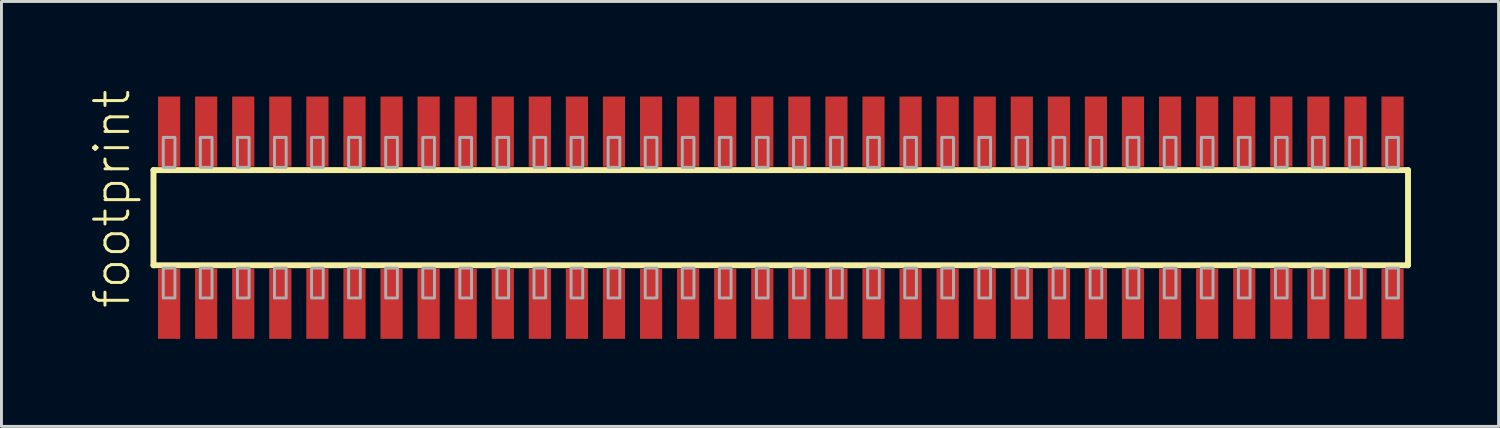
<source format=kicad_pcb>
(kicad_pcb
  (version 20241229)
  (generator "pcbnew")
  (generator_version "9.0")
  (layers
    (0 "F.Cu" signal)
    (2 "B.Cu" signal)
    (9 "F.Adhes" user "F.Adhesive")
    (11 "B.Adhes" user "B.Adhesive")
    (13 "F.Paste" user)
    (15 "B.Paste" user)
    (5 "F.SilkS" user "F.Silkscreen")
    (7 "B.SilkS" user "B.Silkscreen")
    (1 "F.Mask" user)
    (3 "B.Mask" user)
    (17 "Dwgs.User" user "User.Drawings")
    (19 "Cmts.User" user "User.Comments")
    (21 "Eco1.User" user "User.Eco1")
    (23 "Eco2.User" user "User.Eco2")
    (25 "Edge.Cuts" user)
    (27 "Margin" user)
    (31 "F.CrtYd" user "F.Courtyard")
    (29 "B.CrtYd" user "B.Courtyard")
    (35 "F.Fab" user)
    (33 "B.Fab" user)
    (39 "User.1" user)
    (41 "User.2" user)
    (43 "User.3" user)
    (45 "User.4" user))
  (footprint "footprint"
    (layer "F.Cu")
    (at 23.698 4.407)
    (property "Reference" "footprint" (at -22.225 3.175 90) (layer "F.SilkS") (effects (font (size 1.168 1.168) (thickness 0.102)) (justify left bottom)))
    (fp_line (start -21.49 -1.63) (end 21.485 -1.63) (stroke (width 0.203) (type solid)) (layer "F.SilkS"))
    (fp_line (start -21.49 1.63) (end -21.49 -1.63) (stroke (width 0.203) (type solid)) (layer "F.SilkS"))
    (fp_line (start 21.485 -1.63) (end 21.485 1.63) (stroke (width 0.203) (type solid)) (layer "F.SilkS"))
    (fp_line (start 21.485 1.63) (end -21.49 1.63) (stroke (width 0.203) (type solid)) (layer "F.SilkS"))
    (fp_poly (pts (xy -21.155 -1.725) (xy -20.755 -1.725) (xy -20.755 -2.75) (xy -21.155 -2.75)) (stroke (width 0.1) (type solid)) (fill no) (layer "F.Fab"))
    (fp_poly (pts (xy -20.755 1.725) (xy -21.155 1.725) (xy -21.155 2.75) (xy -20.755 2.75)) (stroke (width 0.1) (type solid)) (fill no) (layer "F.Fab"))
    (fp_poly (pts (xy -19.885 -1.725) (xy -19.485 -1.725) (xy -19.485 -2.75) (xy -19.885 -2.75)) (stroke (width 0.1) (type solid)) (fill no) (layer "F.Fab"))
    (fp_poly (pts (xy -19.485 1.725) (xy -19.885 1.725) (xy -19.885 2.75) (xy -19.485 2.75)) (stroke (width 0.1) (type solid)) (fill no) (layer "F.Fab"))
    (fp_poly (pts (xy -18.615 -1.725) (xy -18.215 -1.725) (xy -18.215 -2.75) (xy -18.615 -2.75)) (stroke (width 0.1) (type solid)) (fill no) (layer "F.Fab"))
    (fp_poly (pts (xy -18.215 1.725) (xy -18.615 1.725) (xy -18.615 2.75) (xy -18.215 2.75)) (stroke (width 0.1) (type solid)) (fill no) (layer "F.Fab"))
    (fp_poly (pts (xy -17.345 -1.725) (xy -16.945 -1.725) (xy -16.945 -2.75) (xy -17.345 -2.75)) (stroke (width 0.1) (type solid)) (fill no) (layer "F.Fab"))
    (fp_poly (pts (xy -16.945 1.725) (xy -17.345 1.725) (xy -17.345 2.75) (xy -16.945 2.75)) (stroke (width 0.1) (type solid)) (fill no) (layer "F.Fab"))
    (fp_poly (pts (xy -16.075 -1.725) (xy -15.675 -1.725) (xy -15.675 -2.75) (xy -16.075 -2.75)) (stroke (width 0.1) (type solid)) (fill no) (layer "F.Fab"))
    (fp_poly (pts (xy -15.675 1.725) (xy -16.075 1.725) (xy -16.075 2.75) (xy -15.675 2.75)) (stroke (width 0.1) (type solid)) (fill no) (layer "F.Fab"))
    (fp_poly (pts (xy -14.805 -1.725) (xy -14.405 -1.725) (xy -14.405 -2.75) (xy -14.805 -2.75)) (stroke (width 0.1) (type solid)) (fill no) (layer "F.Fab"))
    (fp_poly (pts (xy -14.405 1.725) (xy -14.805 1.725) (xy -14.805 2.75) (xy -14.405 2.75)) (stroke (width 0.1) (type solid)) (fill no) (layer "F.Fab"))
    (fp_poly (pts (xy -13.535 -1.725) (xy -13.135 -1.725) (xy -13.135 -2.75) (xy -13.535 -2.75)) (stroke (width 0.1) (type solid)) (fill no) (layer "F.Fab"))
    (fp_poly (pts (xy -13.135 1.725) (xy -13.535 1.725) (xy -13.535 2.75) (xy -13.135 2.75)) (stroke (width 0.1) (type solid)) (fill no) (layer "F.Fab"))
    (fp_poly (pts (xy -12.265 -1.725) (xy -11.865 -1.725) (xy -11.865 -2.75) (xy -12.265 -2.75)) (stroke (width 0.1) (type solid)) (fill no) (layer "F.Fab"))
    (fp_poly (pts (xy -11.865 1.725) (xy -12.265 1.725) (xy -12.265 2.75) (xy -11.865 2.75)) (stroke (width 0.1) (type solid)) (fill no) (layer "F.Fab"))
    (fp_poly (pts (xy -10.995 -1.725) (xy -10.595 -1.725) (xy -10.595 -2.75) (xy -10.995 -2.75)) (stroke (width 0.1) (type solid)) (fill no) (layer "F.Fab"))
    (fp_poly (pts (xy -10.595 1.725) (xy -10.995 1.725) (xy -10.995 2.75) (xy -10.595 2.75)) (stroke (width 0.1) (type solid)) (fill no) (layer "F.Fab"))
    (fp_poly (pts (xy -9.725 -1.725) (xy -9.325 -1.725) (xy -9.325 -2.75) (xy -9.725 -2.75)) (stroke (width 0.1) (type solid)) (fill no) (layer "F.Fab"))
    (fp_poly (pts (xy -9.325 1.725) (xy -9.725 1.725) (xy -9.725 2.75) (xy -9.325 2.75)) (stroke (width 0.1) (type solid)) (fill no) (layer "F.Fab"))
    (fp_poly (pts (xy -8.455 -1.725) (xy -8.055 -1.725) (xy -8.055 -2.75) (xy -8.455 -2.75)) (stroke (width 0.1) (type solid)) (fill no) (layer "F.Fab"))
    (fp_poly (pts (xy -8.055 1.725) (xy -8.455 1.725) (xy -8.455 2.75) (xy -8.055 2.75)) (stroke (width 0.1) (type solid)) (fill no) (layer "F.Fab"))
    (fp_poly (pts (xy -7.185 -1.725) (xy -6.785 -1.725) (xy -6.785 -2.75) (xy -7.185 -2.75)) (stroke (width 0.1) (type solid)) (fill no) (layer "F.Fab"))
    (fp_poly (pts (xy -6.785 1.725) (xy -7.185 1.725) (xy -7.185 2.75) (xy -6.785 2.75)) (stroke (width 0.1) (type solid)) (fill no) (layer "F.Fab"))
    (fp_poly (pts (xy -5.915 -1.725) (xy -5.515 -1.725) (xy -5.515 -2.75) (xy -5.915 -2.75)) (stroke (width 0.1) (type solid)) (fill no) (layer "F.Fab"))
    (fp_poly (pts (xy -5.515 1.725) (xy -5.915 1.725) (xy -5.915 2.75) (xy -5.515 2.75)) (stroke (width 0.1) (type solid)) (fill no) (layer "F.Fab"))
    (fp_poly (pts (xy -4.645 -1.725) (xy -4.245 -1.725) (xy -4.245 -2.75) (xy -4.645 -2.75)) (stroke (width 0.1) (type solid)) (fill no) (layer "F.Fab"))
    (fp_poly (pts (xy -4.245 1.725) (xy -4.645 1.725) (xy -4.645 2.75) (xy -4.245 2.75)) (stroke (width 0.1) (type solid)) (fill no) (layer "F.Fab"))
    (fp_poly (pts (xy -3.375 -1.725) (xy -2.975 -1.725) (xy -2.975 -2.75) (xy -3.375 -2.75)) (stroke (width 0.1) (type solid)) (fill no) (layer "F.Fab"))
    (fp_poly (pts (xy -2.975 1.725) (xy -3.375 1.725) (xy -3.375 2.75) (xy -2.975 2.75)) (stroke (width 0.1) (type solid)) (fill no) (layer "F.Fab"))
    (fp_poly (pts (xy -2.105 -1.725) (xy -1.705 -1.725) (xy -1.705 -2.75) (xy -2.105 -2.75)) (stroke (width 0.1) (type solid)) (fill no) (layer "F.Fab"))
    (fp_poly (pts (xy -1.705 1.725) (xy -2.105 1.725) (xy -2.105 2.75) (xy -1.705 2.75)) (stroke (width 0.1) (type solid)) (fill no) (layer "F.Fab"))
    (fp_poly (pts (xy -0.835 -1.725) (xy -0.435 -1.725) (xy -0.435 -2.75) (xy -0.835 -2.75)) (stroke (width 0.1) (type solid)) (fill no) (layer "F.Fab"))
    (fp_poly (pts (xy -0.435 1.725) (xy -0.835 1.725) (xy -0.835 2.75) (xy -0.435 2.75)) (stroke (width 0.1) (type solid)) (fill no) (layer "F.Fab"))
    (fp_poly (pts (xy 0.435 -1.725) (xy 0.835 -1.725) (xy 0.835 -2.75) (xy 0.435 -2.75)) (stroke (width 0.1) (type solid)) (fill no) (layer "F.Fab"))
    (fp_poly (pts (xy 0.835 1.725) (xy 0.435 1.725) (xy 0.435 2.75) (xy 0.835 2.75)) (stroke (width 0.1) (type solid)) (fill no) (layer "F.Fab"))
    (fp_poly (pts (xy 1.705 -1.725) (xy 2.105 -1.725) (xy 2.105 -2.75) (xy 1.705 -2.75)) (stroke (width 0.1) (type solid)) (fill no) (layer "F.Fab"))
    (fp_poly (pts (xy 2.105 1.725) (xy 1.705 1.725) (xy 1.705 2.75) (xy 2.105 2.75)) (stroke (width 0.1) (type solid)) (fill no) (layer "F.Fab"))
    (fp_poly (pts (xy 2.975 -1.725) (xy 3.375 -1.725) (xy 3.375 -2.75) (xy 2.975 -2.75)) (stroke (width 0.1) (type solid)) (fill no) (layer "F.Fab"))
    (fp_poly (pts (xy 3.375 1.725) (xy 2.975 1.725) (xy 2.975 2.75) (xy 3.375 2.75)) (stroke (width 0.1) (type solid)) (fill no) (layer "F.Fab"))
    (fp_poly (pts (xy 4.245 -1.725) (xy 4.645 -1.725) (xy 4.645 -2.75) (xy 4.245 -2.75)) (stroke (width 0.1) (type solid)) (fill no) (layer "F.Fab"))
    (fp_poly (pts (xy 4.645 1.725) (xy 4.245 1.725) (xy 4.245 2.75) (xy 4.645 2.75)) (stroke (width 0.1) (type solid)) (fill no) (layer "F.Fab"))
    (fp_poly (pts (xy 5.515 -1.725) (xy 5.915 -1.725) (xy 5.915 -2.75) (xy 5.515 -2.75)) (stroke (width 0.1) (type solid)) (fill no) (layer "F.Fab"))
    (fp_poly (pts (xy 5.915 1.725) (xy 5.515 1.725) (xy 5.515 2.75) (xy 5.915 2.75)) (stroke (width 0.1) (type solid)) (fill no) (layer "F.Fab"))
    (fp_poly (pts (xy 6.785 -1.725) (xy 7.185 -1.725) (xy 7.185 -2.75) (xy 6.785 -2.75)) (stroke (width 0.1) (type solid)) (fill no) (layer "F.Fab"))
    (fp_poly (pts (xy 7.185 1.725) (xy 6.785 1.725) (xy 6.785 2.75) (xy 7.185 2.75)) (stroke (width 0.1) (type solid)) (fill no) (layer "F.Fab"))
    (fp_poly (pts (xy 8.055 -1.725) (xy 8.455 -1.725) (xy 8.455 -2.75) (xy 8.055 -2.75)) (stroke (width 0.1) (type solid)) (fill no) (layer "F.Fab"))
    (fp_poly (pts (xy 8.455 1.725) (xy 8.055 1.725) (xy 8.055 2.75) (xy 8.455 2.75)) (stroke (width 0.1) (type solid)) (fill no) (layer "F.Fab"))
    (fp_poly (pts (xy 9.325 -1.725) (xy 9.725 -1.725) (xy 9.725 -2.75) (xy 9.325 -2.75)) (stroke (width 0.1) (type solid)) (fill no) (layer "F.Fab"))
    (fp_poly (pts (xy 9.725 1.725) (xy 9.325 1.725) (xy 9.325 2.75) (xy 9.725 2.75)) (stroke (width 0.1) (type solid)) (fill no) (layer "F.Fab"))
    (fp_poly (pts (xy 10.595 -1.725) (xy 10.995 -1.725) (xy 10.995 -2.75) (xy 10.595 -2.75)) (stroke (width 0.1) (type solid)) (fill no) (layer "F.Fab"))
    (fp_poly (pts (xy 10.995 1.725) (xy 10.595 1.725) (xy 10.595 2.75) (xy 10.995 2.75)) (stroke (width 0.1) (type solid)) (fill no) (layer "F.Fab"))
    (fp_poly (pts (xy 11.865 -1.725) (xy 12.265 -1.725) (xy 12.265 -2.75) (xy 11.865 -2.75)) (stroke (width 0.1) (type solid)) (fill no) (layer "F.Fab"))
    (fp_poly (pts (xy 12.265 1.725) (xy 11.865 1.725) (xy 11.865 2.75) (xy 12.265 2.75)) (stroke (width 0.1) (type solid)) (fill no) (layer "F.Fab"))
    (fp_poly (pts (xy 13.135 -1.725) (xy 13.535 -1.725) (xy 13.535 -2.75) (xy 13.135 -2.75)) (stroke (width 0.1) (type solid)) (fill no) (layer "F.Fab"))
    (fp_poly (pts (xy 13.535 1.725) (xy 13.135 1.725) (xy 13.135 2.75) (xy 13.535 2.75)) (stroke (width 0.1) (type solid)) (fill no) (layer "F.Fab"))
    (fp_poly (pts (xy 14.405 -1.725) (xy 14.805 -1.725) (xy 14.805 -2.75) (xy 14.405 -2.75)) (stroke (width 0.1) (type solid)) (fill no) (layer "F.Fab"))
    (fp_poly (pts (xy 14.805 1.725) (xy 14.405 1.725) (xy 14.405 2.75) (xy 14.805 2.75)) (stroke (width 0.1) (type solid)) (fill no) (layer "F.Fab"))
    (fp_poly (pts (xy 15.675 -1.725) (xy 16.075 -1.725) (xy 16.075 -2.75) (xy 15.675 -2.75)) (stroke (width 0.1) (type solid)) (fill no) (layer "F.Fab"))
    (fp_poly (pts (xy 16.075 1.725) (xy 15.675 1.725) (xy 15.675 2.75) (xy 16.075 2.75)) (stroke (width 0.1) (type solid)) (fill no) (layer "F.Fab"))
    (fp_poly (pts (xy 16.945 -1.725) (xy 17.345 -1.725) (xy 17.345 -2.75) (xy 16.945 -2.75)) (stroke (width 0.1) (type solid)) (fill no) (layer "F.Fab"))
    (fp_poly (pts (xy 17.345 1.725) (xy 16.945 1.725) (xy 16.945 2.75) (xy 17.345 2.75)) (stroke (width 0.1) (type solid)) (fill no) (layer "F.Fab"))
    (fp_poly (pts (xy 18.215 -1.725) (xy 18.615 -1.725) (xy 18.615 -2.75) (xy 18.215 -2.75)) (stroke (width 0.1) (type solid)) (fill no) (layer "F.Fab"))
    (fp_poly (pts (xy 18.615 1.725) (xy 18.215 1.725) (xy 18.215 2.75) (xy 18.615 2.75)) (stroke (width 0.1) (type solid)) (fill no) (layer "F.Fab"))
    (fp_poly (pts (xy 19.485 -1.725) (xy 19.885 -1.725) (xy 19.885 -2.75) (xy 19.485 -2.75)) (stroke (width 0.1) (type solid)) (fill no) (layer "F.Fab"))
    (fp_poly (pts (xy 19.885 1.725) (xy 19.485 1.725) (xy 19.485 2.75) (xy 19.885 2.75)) (stroke (width 0.1) (type solid)) (fill no) (layer "F.Fab"))
    (fp_poly (pts (xy 20.755 -1.725) (xy 21.155 -1.725) (xy 21.155 -2.75) (xy 20.755 -2.75)) (stroke (width 0.1) (type solid)) (fill no) (layer "F.Fab"))
    (fp_poly (pts (xy 21.155 1.725) (xy 20.755 1.725) (xy 20.755 2.75) (xy 21.155 2.75)) (stroke (width 0.1) (type solid)) (fill no) (layer "F.Fab"))
    (pad "1" smd rect (at -20.955 2.95) (size 0.76 2.4) (layers "F.Cu" "F.Mask" "F.Paste"))
    (pad "2" smd rect (at -20.955 -2.95) (size 0.76 2.4) (layers "F.Cu" "F.Mask" "F.Paste"))
    (pad "3" smd rect (at -19.685 2.95) (size 0.76 2.4) (layers "F.Cu" "F.Mask" "F.Paste"))
    (pad "4" smd rect (at -19.685 -2.95) (size 0.76 2.4) (layers "F.Cu" "F.Mask" "F.Paste"))
    (pad "5" smd rect (at -18.415 2.95) (size 0.76 2.4) (layers "F.Cu" "F.Mask" "F.Paste"))
    (pad "6" smd rect (at -18.415 -2.95) (size 0.76 2.4) (layers "F.Cu" "F.Mask" "F.Paste"))
    (pad "7" smd rect (at -17.145 2.95) (size 0.76 2.4) (layers "F.Cu" "F.Mask" "F.Paste"))
    (pad "8" smd rect (at -17.145 -2.95) (size 0.76 2.4) (layers "F.Cu" "F.Mask" "F.Paste"))
    (pad "9" smd rect (at -15.875 2.95) (size 0.76 2.4) (layers "F.Cu" "F.Mask" "F.Paste"))
    (pad "10" smd rect (at -15.875 -2.95) (size 0.76 2.4) (layers "F.Cu" "F.Mask" "F.Paste"))
    (pad "11" smd rect (at -14.605 2.95) (size 0.76 2.4) (layers "F.Cu" "F.Mask" "F.Paste"))
    (pad "12" smd rect (at -14.605 -2.95) (size 0.76 2.4) (layers "F.Cu" "F.Mask" "F.Paste"))
    (pad "13" smd rect (at -13.335 2.95) (size 0.76 2.4) (layers "F.Cu" "F.Mask" "F.Paste"))
    (pad "14" smd rect (at -13.335 -2.95) (size 0.76 2.4) (layers "F.Cu" "F.Mask" "F.Paste"))
    (pad "15" smd rect (at -12.065 2.95) (size 0.76 2.4) (layers "F.Cu" "F.Mask" "F.Paste"))
    (pad "16" smd rect (at -12.065 -2.95) (size 0.76 2.4) (layers "F.Cu" "F.Mask" "F.Paste"))
    (pad "17" smd rect (at -10.795 2.95) (size 0.76 2.4) (layers "F.Cu" "F.Mask" "F.Paste"))
    (pad "18" smd rect (at -10.795 -2.95) (size 0.76 2.4) (layers "F.Cu" "F.Mask" "F.Paste"))
    (pad "19" smd rect (at -9.525 2.95) (size 0.76 2.4) (layers "F.Cu" "F.Mask" "F.Paste"))
    (pad "20" smd rect (at -9.525 -2.95) (size 0.76 2.4) (layers "F.Cu" "F.Mask" "F.Paste"))
    (pad "21" smd rect (at -8.255 2.95) (size 0.76 2.4) (layers "F.Cu" "F.Mask" "F.Paste"))
    (pad "22" smd rect (at -8.255 -2.95) (size 0.76 2.4) (layers "F.Cu" "F.Mask" "F.Paste"))
    (pad "23" smd rect (at -6.985 2.95) (size 0.76 2.4) (layers "F.Cu" "F.Mask" "F.Paste"))
    (pad "24" smd rect (at -6.985 -2.95) (size 0.76 2.4) (layers "F.Cu" "F.Mask" "F.Paste"))
    (pad "25" smd rect (at -5.715 2.95) (size 0.76 2.4) (layers "F.Cu" "F.Mask" "F.Paste"))
    (pad "26" smd rect (at -5.715 -2.95) (size 0.76 2.4) (layers "F.Cu" "F.Mask" "F.Paste"))
    (pad "27" smd rect (at -4.445 2.95) (size 0.76 2.4) (layers "F.Cu" "F.Mask" "F.Paste"))
    (pad "28" smd rect (at -4.445 -2.95) (size 0.76 2.4) (layers "F.Cu" "F.Mask" "F.Paste"))
    (pad "29" smd rect (at -3.175 2.95) (size 0.76 2.4) (layers "F.Cu" "F.Mask" "F.Paste"))
    (pad "30" smd rect (at -3.175 -2.95) (size 0.76 2.4) (layers "F.Cu" "F.Mask" "F.Paste"))
    (pad "31" smd rect (at -1.905 2.95) (size 0.76 2.4) (layers "F.Cu" "F.Mask" "F.Paste"))
    (pad "32" smd rect (at -1.905 -2.95) (size 0.76 2.4) (layers "F.Cu" "F.Mask" "F.Paste"))
    (pad "33" smd rect (at -0.635 2.95) (size 0.76 2.4) (layers "F.Cu" "F.Mask" "F.Paste"))
    (pad "34" smd rect (at -0.635 -2.95) (size 0.76 2.4) (layers "F.Cu" "F.Mask" "F.Paste"))
    (pad "35" smd rect (at 0.635 2.95) (size 0.76 2.4) (layers "F.Cu" "F.Mask" "F.Paste"))
    (pad "36" smd rect (at 0.635 -2.95) (size 0.76 2.4) (layers "F.Cu" "F.Mask" "F.Paste"))
    (pad "37" smd rect (at 1.905 2.95) (size 0.76 2.4) (layers "F.Cu" "F.Mask" "F.Paste"))
    (pad "38" smd rect (at 1.905 -2.95) (size 0.76 2.4) (layers "F.Cu" "F.Mask" "F.Paste"))
    (pad "39" smd rect (at 3.175 2.95) (size 0.76 2.4) (layers "F.Cu" "F.Mask" "F.Paste"))
    (pad "40" smd rect (at 3.175 -2.95) (size 0.76 2.4) (layers "F.Cu" "F.Mask" "F.Paste"))
    (pad "41" smd rect (at 4.445 2.95) (size 0.76 2.4) (layers "F.Cu" "F.Mask" "F.Paste"))
    (pad "42" smd rect (at 4.445 -2.95) (size 0.76 2.4) (layers "F.Cu" "F.Mask" "F.Paste"))
    (pad "43" smd rect (at 5.715 2.95) (size 0.76 2.4) (layers "F.Cu" "F.Mask" "F.Paste"))
    (pad "44" smd rect (at 5.715 -2.95) (size 0.76 2.4) (layers "F.Cu" "F.Mask" "F.Paste"))
    (pad "45" smd rect (at 6.985 2.95) (size 0.76 2.4) (layers "F.Cu" "F.Mask" "F.Paste"))
    (pad "46" smd rect (at 6.985 -2.95) (size 0.76 2.4) (layers "F.Cu" "F.Mask" "F.Paste"))
    (pad "47" smd rect (at 8.255 2.95) (size 0.76 2.4) (layers "F.Cu" "F.Mask" "F.Paste"))
    (pad "48" smd rect (at 8.255 -2.95) (size 0.76 2.4) (layers "F.Cu" "F.Mask" "F.Paste"))
    (pad "49" smd rect (at 9.525 2.95) (size 0.76 2.4) (layers "F.Cu" "F.Mask" "F.Paste"))
    (pad "50" smd rect (at 9.525 -2.95) (size 0.76 2.4) (layers "F.Cu" "F.Mask" "F.Paste"))
    (pad "51" smd rect (at 10.795 2.95) (size 0.76 2.4) (layers "F.Cu" "F.Mask" "F.Paste"))
    (pad "52" smd rect (at 10.795 -2.95) (size 0.76 2.4) (layers "F.Cu" "F.Mask" "F.Paste"))
    (pad "53" smd rect (at 12.065 2.95) (size 0.76 2.4) (layers "F.Cu" "F.Mask" "F.Paste"))
    (pad "54" smd rect (at 12.065 -2.95) (size 0.76 2.4) (layers "F.Cu" "F.Mask" "F.Paste"))
    (pad "55" smd rect (at 13.335 2.95) (size 0.76 2.4) (layers "F.Cu" "F.Mask" "F.Paste"))
    (pad "56" smd rect (at 13.335 -2.95) (size 0.76 2.4) (layers "F.Cu" "F.Mask" "F.Paste"))
    (pad "57" smd rect (at 14.605 2.95) (size 0.76 2.4) (layers "F.Cu" "F.Mask" "F.Paste"))
    (pad "58" smd rect (at 14.605 -2.95) (size 0.76 2.4) (layers "F.Cu" "F.Mask" "F.Paste"))
    (pad "59" smd rect (at 15.875 2.95) (size 0.76 2.4) (layers "F.Cu" "F.Mask" "F.Paste"))
    (pad "60" smd rect (at 15.875 -2.95) (size 0.76 2.4) (layers "F.Cu" "F.Mask" "F.Paste"))
    (pad "61" smd rect (at 17.145 2.95) (size 0.76 2.4) (layers "F.Cu" "F.Mask" "F.Paste"))
    (pad "62" smd rect (at 17.145 -2.95) (size 0.76 2.4) (layers "F.Cu" "F.Mask" "F.Paste"))
    (pad "63" smd rect (at 18.415 2.95) (size 0.76 2.4) (layers "F.Cu" "F.Mask" "F.Paste"))
    (pad "64" smd rect (at 18.415 -2.95) (size 0.76 2.4) (layers "F.Cu" "F.Mask" "F.Paste"))
    (pad "65" smd rect (at 19.685 2.95) (size 0.76 2.4) (layers "F.Cu" "F.Mask" "F.Paste"))
    (pad "66" smd rect (at 19.685 -2.95) (size 0.76 2.4) (layers "F.Cu" "F.Mask" "F.Paste"))
    (pad "67" smd rect (at 20.955 2.95) (size 0.76 2.4) (layers "F.Cu" "F.Mask" "F.Paste"))
    (pad "68" smd rect (at 20.955 -2.95) (size 0.76 2.4) (layers "F.Cu" "F.Mask" "F.Paste")))
  (gr_rect
    (start -3 -3)
    (end 48.285 11.557)
    (stroke (width 0.1) (type default))
    (fill no)
    (layer "Edge.Cuts")))
</source>
